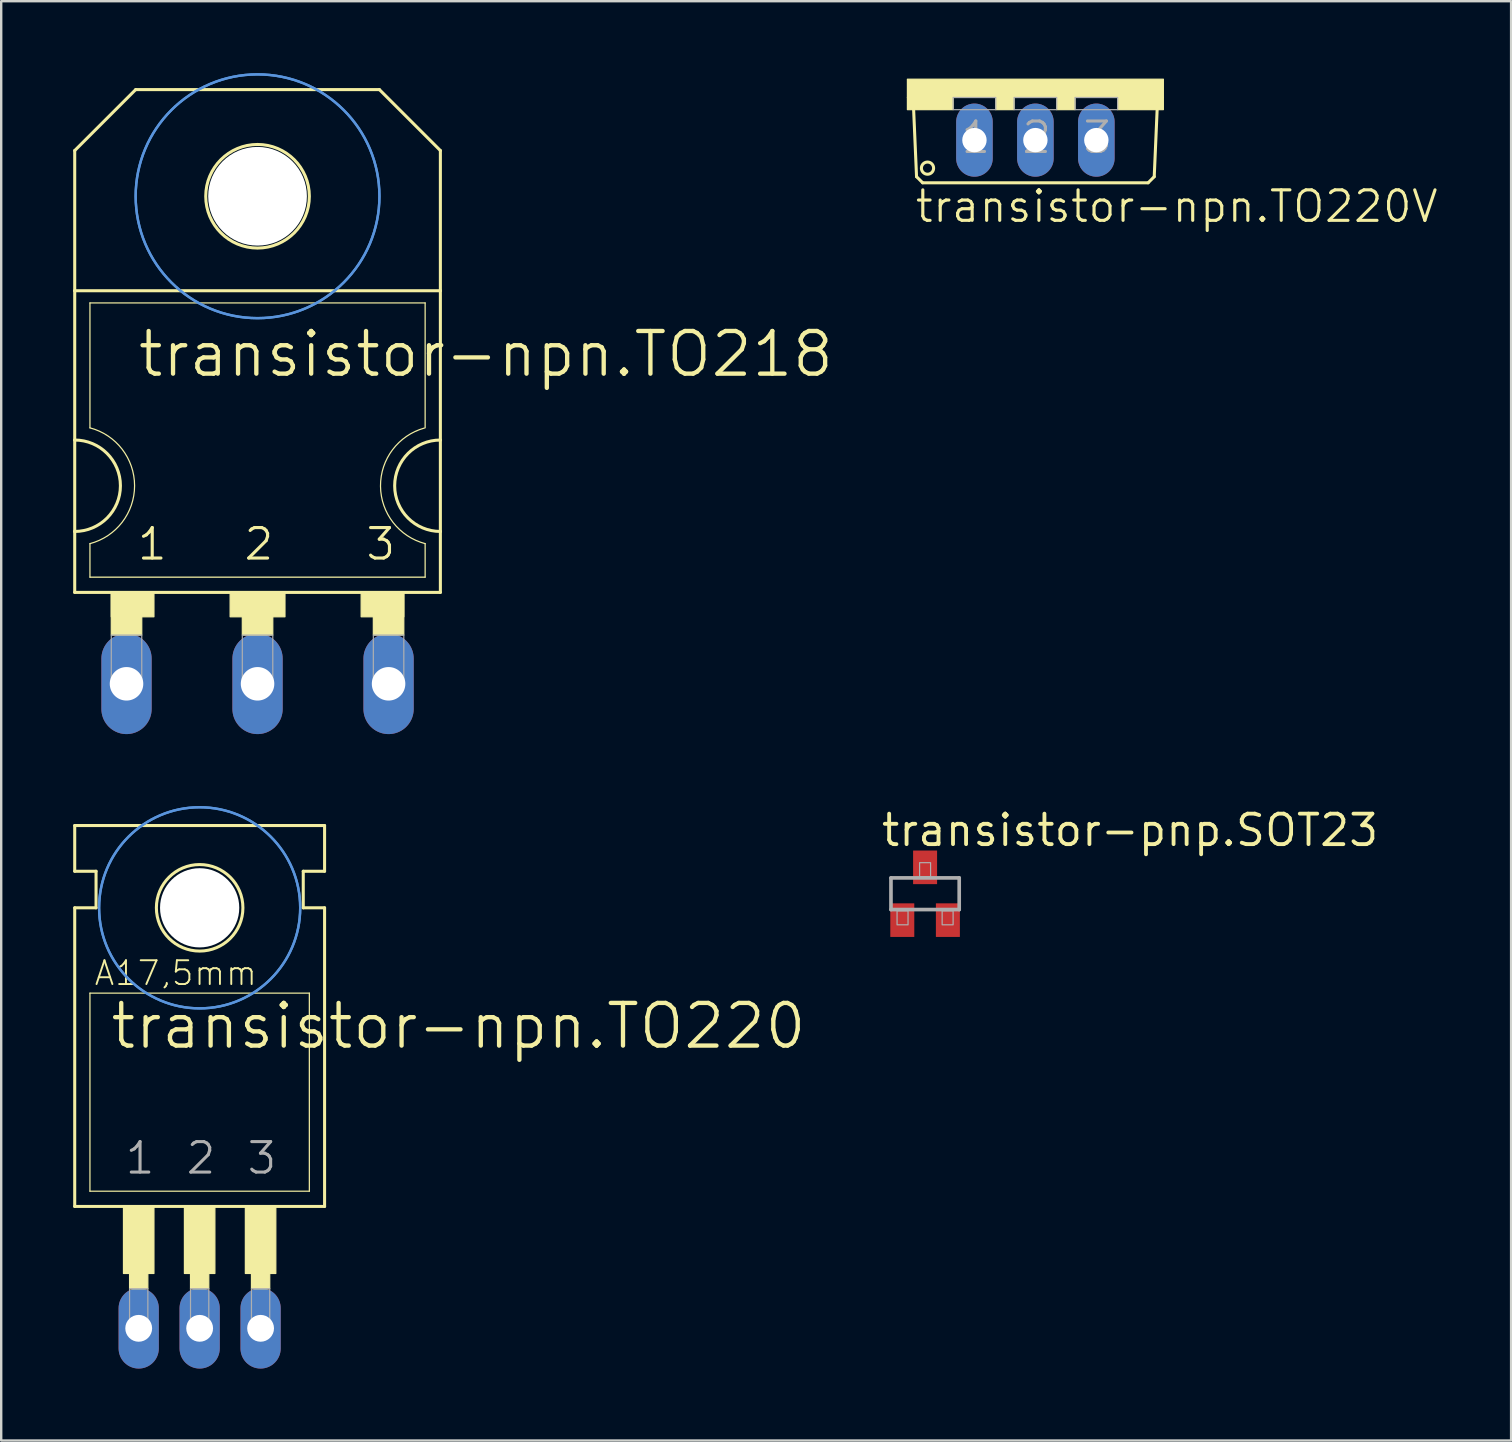
<source format=kicad_pcb>
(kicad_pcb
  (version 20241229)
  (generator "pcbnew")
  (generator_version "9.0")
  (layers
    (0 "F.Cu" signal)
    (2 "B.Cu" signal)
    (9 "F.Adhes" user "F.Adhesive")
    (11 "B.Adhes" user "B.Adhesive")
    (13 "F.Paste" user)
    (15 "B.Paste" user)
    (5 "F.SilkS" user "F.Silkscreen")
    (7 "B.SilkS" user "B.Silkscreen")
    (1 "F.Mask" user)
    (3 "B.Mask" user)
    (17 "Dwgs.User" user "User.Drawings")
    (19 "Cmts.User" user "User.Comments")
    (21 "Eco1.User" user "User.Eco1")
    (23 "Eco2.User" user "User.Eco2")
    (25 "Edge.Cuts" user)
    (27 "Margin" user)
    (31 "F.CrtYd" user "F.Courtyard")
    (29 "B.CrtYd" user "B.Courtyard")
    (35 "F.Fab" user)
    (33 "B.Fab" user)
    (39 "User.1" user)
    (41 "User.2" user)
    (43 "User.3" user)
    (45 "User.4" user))
  (footprint "transistor-pnp.SOT23"
    (layer "F.Cu")
    (at 35.506 34.2)
    (property "Reference" "transistor-pnp.SOT23" (at -1.905 -1.905 0) (layer "F.SilkS") (effects (font (size 1.27 1.27) (thickness 0.16)) (justify left bottom)))
    (attr smd)
    (fp_line (start -1.422 -0.66) (end 1.422 -0.66) (stroke (width 0.152) (type default)) (layer "F.Fab"))
    (fp_line (start -1.422 0.66) (end -1.422 -0.66) (stroke (width 0.152) (type default)) (layer "F.Fab"))
    (fp_line (start 1.422 -0.66) (end 1.422 0.66) (stroke (width 0.152) (type default)) (layer "F.Fab"))
    (fp_line (start 1.422 0.66) (end -1.422 0.66) (stroke (width 0.152) (type default)) (layer "F.Fab"))
    (fp_rect (start -1.168 1.295) (end -0.711 0.711) (stroke (width 0.05) (type default)) (fill no) (layer "F.Fab"))
    (fp_rect (start -0.229 -0.711) (end 0.229 -1.295) (stroke (width 0.05) (type default)) (fill no) (layer "F.Fab"))
    (fp_rect (start 0.711 1.295) (end 1.168 0.711) (stroke (width 0.05) (type default)) (fill no) (layer "F.Fab"))
    (pad "1" smd roundrect (at -0.95 1.1) (size 1 1.4) (layers "F.Cu" "F.Mask" "F.Paste") (roundrect_rratio 0.01))
    (pad "2" smd roundrect (at 0.95 1.1) (size 1 1.4) (layers "F.Cu" "F.Mask" "F.Paste") (roundrect_rratio 0.01))
    (pad "3" smd roundrect (at 0 -1.1) (size 1 1.4) (layers "F.Cu" "F.Mask" "F.Paste") (roundrect_rratio 0.01)))
  (footprint "transistor-npn.TO218"
    (layer "F.Cu")
    (at 7.684 15.29)
    (property "Reference" "transistor-npn.TO218" (at -5.08 -2.54 0) (layer "F.SilkS") (effects (font (size 1.778 1.778) (thickness 0.18)) (justify left bottom)))
    (attr through_hole)
    (fp_line (start -7.62 -12.065) (end -7.62 -6.223) (stroke (width 0.127) (type default)) (layer "F.SilkS"))
    (fp_line (start -7.62 -12.065) (end -5.08 -14.605) (stroke (width 0.127) (type default)) (layer "F.SilkS"))
    (fp_line (start -7.62 0) (end -7.62 -6.223) (stroke (width 0.127) (type default)) (layer "F.SilkS"))
    (fp_line (start -7.62 3.81) (end -7.62 0) (stroke (width 0.127) (type default)) (layer "F.SilkS"))
    (fp_line (start -7.62 6.35) (end -7.62 3.81) (stroke (width 0.127) (type default)) (layer "F.SilkS"))
    (fp_line (start -7.62 6.35) (end 7.62 6.35) (stroke (width 0.127) (type default)) (layer "F.SilkS"))
    (fp_line (start -6.985 -0.508) (end -6.985 -5.715) (stroke (width 0.051) (type default)) (layer "F.SilkS"))
    (fp_line (start -6.985 5.715) (end -6.985 4.318) (stroke (width 0.051) (type default)) (layer "F.SilkS"))
    (fp_line (start -6.985 5.715) (end 6.985 5.715) (stroke (width 0.051) (type default)) (layer "F.SilkS"))
    (fp_line (start 5.08 -14.605) (end -5.08 -14.605) (stroke (width 0.127) (type default)) (layer "F.SilkS"))
    (fp_line (start 6.985 -5.715) (end -6.985 -5.715) (stroke (width 0.051) (type default)) (layer "F.SilkS"))
    (fp_line (start 6.985 -0.508) (end 6.985 -5.715) (stroke (width 0.051) (type default)) (layer "F.SilkS"))
    (fp_line (start 6.985 5.715) (end 6.985 4.318) (stroke (width 0.051) (type default)) (layer "F.SilkS"))
    (fp_line (start 7.62 -12.065) (end 5.08 -14.605) (stroke (width 0.127) (type default)) (layer "F.SilkS"))
    (fp_line (start 7.62 -12.065) (end 7.62 -6.223) (stroke (width 0.127) (type default)) (layer "F.SilkS"))
    (fp_line (start 7.62 -6.223) (end -7.62 -6.223) (stroke (width 0.127) (type default)) (layer "F.SilkS"))
    (fp_line (start 7.62 -6.223) (end 7.62 0) (stroke (width 0.127) (type default)) (layer "F.SilkS"))
    (fp_line (start 7.62 0) (end 7.62 3.81) (stroke (width 0.127) (type default)) (layer "F.SilkS"))
    (fp_line (start 7.62 3.81) (end 7.62 6.35) (stroke (width 0.127) (type default)) (layer "F.SilkS"))
    (fp_rect (start -6.096 7.366) (end -4.318 6.35) (stroke (width 0.05) (type default)) (fill yes) (layer "F.SilkS"))
    (fp_rect (start -6.096 8.128) (end -4.826 6.35) (stroke (width 0.05) (type default)) (fill yes) (layer "F.SilkS"))
    (fp_rect (start -1.143 7.366) (end 1.143 6.35) (stroke (width 0.05) (type default)) (fill yes) (layer "F.SilkS"))
    (fp_rect (start -0.635 8.128) (end 0.635 6.35) (stroke (width 0.05) (type default)) (fill yes) (layer "F.SilkS"))
    (fp_rect (start 4.318 7.366) (end 6.096 6.35) (stroke (width 0.05) (type default)) (fill yes) (layer "F.SilkS"))
    (fp_rect (start 4.826 8.128) (end 6.096 6.35) (stroke (width 0.05) (type default)) (fill yes) (layer "F.SilkS"))
    (fp_arc (start -7.62 0) (mid -5.715 1.905) (end -7.62 3.81) (stroke (width 0.127) (type default)) (layer "F.SilkS"))
    (fp_arc (start -6.985 -0.508) (mid -5.124844 1.905) (end -6.985 4.318) (stroke (width 0.0508) (type default)) (layer "F.SilkS"))
    (fp_arc (start 6.9851 4.3178) (mid 5.125035 1.921942) (end 6.9522 -0.4991) (stroke (width 0.0508) (type default)) (layer "F.SilkS"))
    (fp_arc (start 7.62 3.81) (mid 5.715 1.905) (end 7.62 0) (stroke (width 0.127) (type default)) (layer "F.SilkS"))
    (fp_circle (center 0 -10.16) (end 2.159 -10.16) (stroke (width 0.127) (type default)) (fill no) (layer "F.SilkS"))
    (fp_circle (center 0 -10.16) (end 5.08 -10.16) (stroke (width 0.1) (type default)) (fill no) (layer "Cmts.User"))
    (fp_circle (center 0 -10.16) (end 5.08 -10.16) (stroke (width 0.1) (type default)) (fill no) (layer "Cmts.User"))
    (fp_rect (start -6.096 10.287) (end -4.826 8.128) (stroke (width 0.05) (type default)) (fill no) (layer "F.Fab"))
    (fp_rect (start -0.635 10.287) (end 0.635 8.128) (stroke (width 0.05) (type default)) (fill no) (layer "F.Fab"))
    (fp_rect (start 4.826 10.287) (end 6.096 8.128) (stroke (width 0.05) (type default)) (fill no) (layer "F.Fab"))
    (fp_text user "1" (at -5.08 5.08 0) (layer "F.SilkS") (effects (font (size 1.27 1.27) (thickness 0.13)) (justify left bottom)))
    (fp_text user "3" (at 4.445 5.08 0) (layer "F.SilkS") (effects (font (size 1.27 1.27) (thickness 0.13)) (justify left bottom)))
    (fp_text user "2" (at -0.635 5.08 0) (layer "F.SilkS") (effects (font (size 1.27 1.27) (thickness 0.13)) (justify left bottom)))
    (pad "" np_thru_hole circle (at 0 -10.16) (size 4.115 4.115) (drill 4.115) (layers "*.Cu" "*.Mask"))
    (pad "1" thru_hole oval (at -5.461 10.16 90) (size 4.191 2.095) (drill 1.397) (layers "*.Cu" "*.Mask"))
    (pad "2" thru_hole oval (at 0 10.16 90) (size 4.191 2.095) (drill 1.397) (layers "*.Cu" "*.Mask"))
    (pad "3" thru_hole oval (at 5.461 10.16 90) (size 4.191 2.095) (drill 1.397) (layers "*.Cu" "*.Mask")))
  (footprint "transistor-npn.TO220"
    (layer "F.Cu")
    (at 5.271 45.962)
    (property "Reference" "transistor-npn.TO220" (at -3.81 -5.207 0) (layer "F.SilkS") (effects (font (size 1.778 1.778) (thickness 0.18)) (justify left bottom)))
    (attr through_hole)
    (fp_line (start -5.207 -12.7) (end -5.207 -14.605) (stroke (width 0.127) (type default)) (layer "F.SilkS"))
    (fp_line (start -5.207 -11.176) (end -4.318 -11.176) (stroke (width 0.127) (type default)) (layer "F.SilkS"))
    (fp_line (start -5.207 1.27) (end -5.207 -11.176) (stroke (width 0.127) (type default)) (layer "F.SilkS"))
    (fp_line (start -5.207 1.27) (end 5.207 1.27) (stroke (width 0.127) (type default)) (layer "F.SilkS"))
    (fp_line (start -4.572 0.635) (end -4.572 -7.62) (stroke (width 0.051) (type default)) (layer "F.SilkS"))
    (fp_line (start -4.572 0.635) (end 4.572 0.635) (stroke (width 0.051) (type default)) (layer "F.SilkS"))
    (fp_line (start -4.318 -12.7) (end -5.207 -12.7) (stroke (width 0.127) (type default)) (layer "F.SilkS"))
    (fp_line (start -4.318 -11.176) (end -4.318 -12.7) (stroke (width 0.127) (type default)) (layer "F.SilkS"))
    (fp_line (start 4.318 -12.7) (end 5.207 -12.7) (stroke (width 0.127) (type default)) (layer "F.SilkS"))
    (fp_line (start 4.318 -11.176) (end 4.318 -12.7) (stroke (width 0.127) (type default)) (layer "F.SilkS"))
    (fp_line (start 4.572 -7.62) (end -4.572 -7.62) (stroke (width 0.051) (type default)) (layer "F.SilkS"))
    (fp_line (start 4.572 -7.62) (end 4.572 0.635) (stroke (width 0.051) (type default)) (layer "F.SilkS"))
    (fp_line (start 5.207 -14.605) (end -5.207 -14.605) (stroke (width 0.127) (type default)) (layer "F.SilkS"))
    (fp_line (start 5.207 -12.7) (end 5.207 -14.605) (stroke (width 0.127) (type default)) (layer "F.SilkS"))
    (fp_line (start 5.207 -11.176) (end 4.318 -11.176) (stroke (width 0.127) (type default)) (layer "F.SilkS"))
    (fp_line (start 5.207 1.27) (end 5.207 -11.176) (stroke (width 0.127) (type default)) (layer "F.SilkS"))
    (fp_rect (start -3.175 4.064) (end -1.905 1.27) (stroke (width 0.05) (type default)) (fill yes) (layer "F.SilkS"))
    (fp_rect (start -2.921 4.699) (end -2.159 4.064) (stroke (width 0.05) (type default)) (fill yes) (layer "F.SilkS"))
    (fp_rect (start -0.635 4.064) (end 0.635 1.27) (stroke (width 0.05) (type default)) (fill yes) (layer "F.SilkS"))
    (fp_rect (start -0.381 4.699) (end 0.381 4.064) (stroke (width 0.05) (type default)) (fill yes) (layer "F.SilkS"))
    (fp_rect (start 1.905 4.064) (end 3.175 1.27) (stroke (width 0.05) (type default)) (fill yes) (layer "F.SilkS"))
    (fp_rect (start 2.159 4.699) (end 2.921 4.064) (stroke (width 0.05) (type default)) (fill yes) (layer "F.SilkS"))
    (fp_circle (center 0 -11.176) (end 1.803 -11.176) (stroke (width 0.127) (type default)) (fill no) (layer "F.SilkS"))
    (fp_circle (center 0 -11.176) (end 4.191 -11.176) (stroke (width 0.1) (type default)) (fill no) (layer "Cmts.User"))
    (fp_circle (center 0 -11.176) (end 4.191 -11.176) (stroke (width 0.1) (type default)) (fill no) (layer "Cmts.User"))
    (fp_rect (start -2.921 6.604) (end -2.159 4.699) (stroke (width 0.05) (type default)) (fill no) (layer "F.Fab"))
    (fp_rect (start -0.381 6.604) (end 0.381 4.699) (stroke (width 0.05) (type default)) (fill no) (layer "F.Fab"))
    (fp_rect (start 2.159 6.604) (end 2.921 4.699) (stroke (width 0.05) (type default)) (fill no) (layer "F.Fab"))
    (fp_text user "A17,5mm" (at -4.445 -7.874 0) (layer "F.SilkS") (effects (font (size 0.991 0.991) (thickness 0.08)) (justify left bottom)))
    (fp_text user "2" (at -0.635 0 0) (layer "F.Fab") (effects (font (size 1.27 1.27) (thickness 0.13)) (justify left bottom)))
    (fp_text user "3" (at 1.905 0 0) (layer "F.Fab") (effects (font (size 1.27 1.27) (thickness 0.13)) (justify left bottom)))
    (fp_text user "1" (at -3.175 0 0) (layer "F.Fab") (effects (font (size 1.27 1.27) (thickness 0.13)) (justify left bottom)))
    (pad "" np_thru_hole circle (at 0 -11.176) (size 3.302 3.302) (drill 3.302) (layers "*.Cu" "*.Mask"))
    (pad "1" thru_hole oval (at -2.54 6.35 90) (size 3.353 1.676) (drill 1.118) (layers "*.Cu" "*.Mask"))
    (pad "2" thru_hole oval (at 0 6.35 90) (size 3.353 1.676) (drill 1.118) (layers "*.Cu" "*.Mask"))
    (pad "3" thru_hole oval (at 2.54 6.35 90) (size 3.353 1.676) (drill 1.118) (layers "*.Cu" "*.Mask")))
  (footprint "transistor-npn.TO220V"
    (layer "F.Cu")
    (at 40.103 0.25)
    (property "Reference" "transistor-npn.TO220V" (at -5.08 6.045 0) (layer "F.SilkS") (effects (font (size 1.27 1.27) (thickness 0.13)) (justify left bottom)))
    (attr through_hole)
    (fp_line (start -4.953 4.064) (end -5.08 1.143) (stroke (width 0.127) (type default)) (layer "F.SilkS"))
    (fp_line (start -4.953 4.064) (end -4.699 4.318) (stroke (width 0.127) (type default)) (layer "F.SilkS"))
    (fp_line (start 4.699 4.318) (end -4.699 4.318) (stroke (width 0.127) (type default)) (layer "F.SilkS"))
    (fp_line (start 4.699 4.318) (end 4.953 4.064) (stroke (width 0.127) (type default)) (layer "F.SilkS"))
    (fp_line (start 5.08 1.143) (end 4.953 4.064) (stroke (width 0.127) (type default)) (layer "F.SilkS"))
    (fp_rect (start -5.334 0.762) (end 5.334 0) (stroke (width 0.05) (type default)) (fill yes) (layer "F.SilkS"))
    (fp_rect (start -5.334 1.27) (end -3.429 0.762) (stroke (width 0.05) (type default)) (fill yes) (layer "F.SilkS"))
    (fp_rect (start -1.651 1.27) (end -0.889 0.762) (stroke (width 0.05) (type default)) (fill yes) (layer "F.SilkS"))
    (fp_rect (start 0.889 1.27) (end 1.651 0.762) (stroke (width 0.05) (type default)) (fill yes) (layer "F.SilkS"))
    (fp_rect (start 3.429 1.27) (end 5.334 0.762) (stroke (width 0.05) (type default)) (fill yes) (layer "F.SilkS"))
    (fp_circle (center -4.496 3.708) (end -4.242 3.708) (stroke (width 0.127) (type default)) (fill no) (layer "F.SilkS"))
    (fp_rect (start -3.429 1.27) (end -1.651 0.762) (stroke (width 0.05) (type default)) (fill no) (layer "F.Fab"))
    (fp_rect (start -0.889 1.27) (end 0.889 0.762) (stroke (width 0.05) (type default)) (fill no) (layer "F.Fab"))
    (fp_rect (start 1.651 1.27) (end 3.429 0.762) (stroke (width 0.05) (type default)) (fill no) (layer "F.Fab"))
    (fp_text user "1" (at -3.175 3.175 0) (layer "F.Fab") (effects (font (size 1.27 1.27) (thickness 0.13)) (justify left bottom)))
    (fp_text user "2" (at -0.635 3.175 0) (layer "F.Fab") (effects (font (size 1.27 1.27) (thickness 0.13)) (justify left bottom)))
    (fp_text user "3" (at 1.905 3.175 0) (layer "F.Fab") (effects (font (size 1.27 1.27) (thickness 0.13)) (justify left bottom)))
    (pad "1" thru_hole oval (at -2.54 2.54 90) (size 3.048 1.524) (drill 1.016) (layers "*.Cu" "*.Mask"))
    (pad "2" thru_hole oval (at 0 2.54 90) (size 3.048 1.524) (drill 1.016) (layers "*.Cu" "*.Mask"))
    (pad "3" thru_hole oval (at 2.54 2.54 90) (size 3.048 1.524) (drill 1.016) (layers "*.Cu" "*.Mask")))
  (gr_rect
    (start -3 -3)
    (end 59.93 56.989)
    (stroke (width 0.1) (type default))
    (fill no)
    (layer "Edge.Cuts")))
</source>
